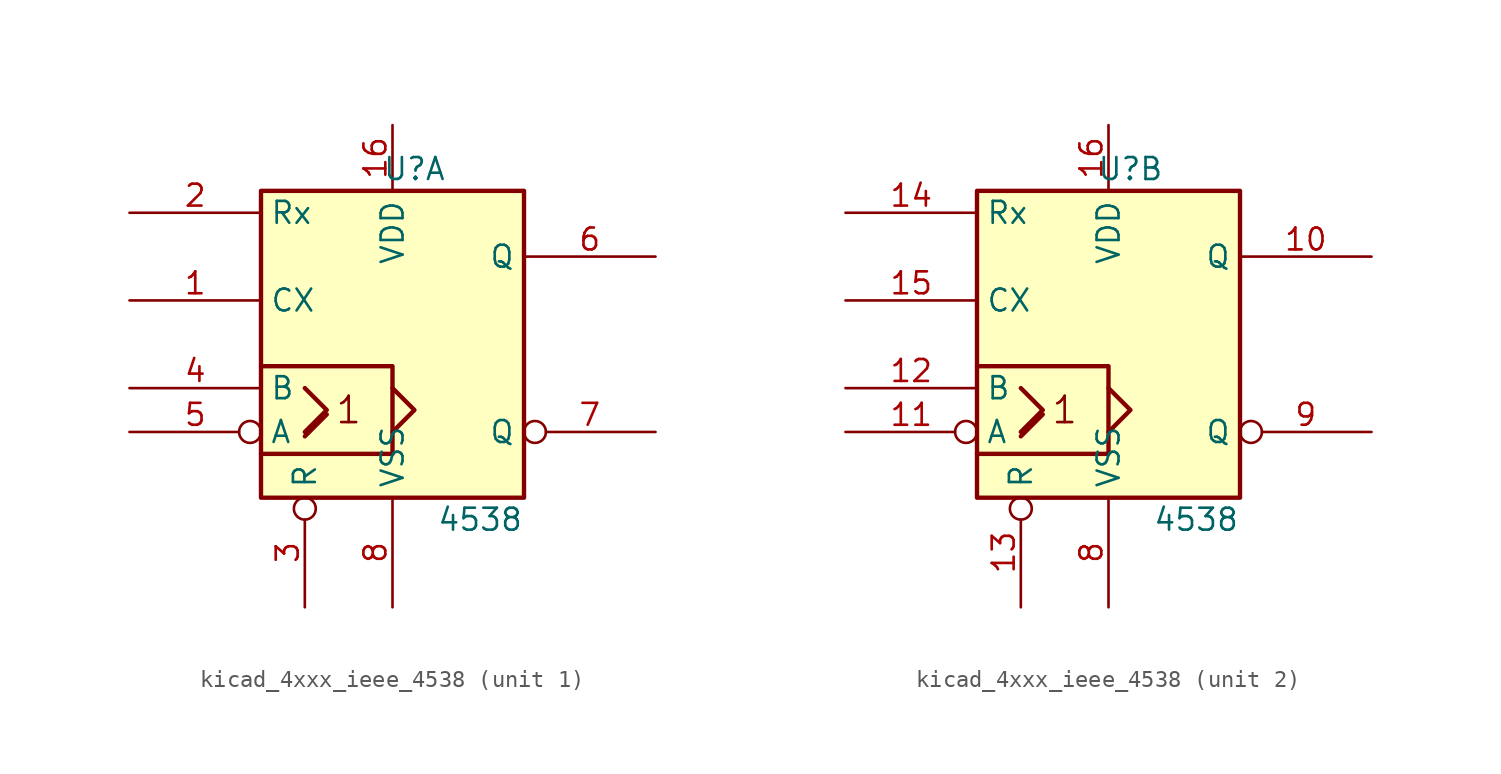
<source format=kicad_sym>
(kicad_symbol_lib
  (version 20220914)
  (generator kicad_symbol_editor)
  (symbol "kicad_4xxx_ieee_4538"
    (property "Reference" "U"
      (at 1.27 10.16 0)
      (effects (font (size 1.27 1.27))))
    (property "Value" "4538"
      (at 5.08 -10.16 0)
      (effects (font (size 1.27 1.27))))
    (symbol "kicad_4xxx_ieee_4538_0_0"
      (polyline (pts (xy -5.08 -5.334) (xy -3.81 -4.064) (xy -3.81 -4.064)) (stroke (width 0.254) (type default)) (fill (type background)))
      (polyline (pts (xy -5.08 -2.54) (xy -3.81 -3.81) (xy -5.08 -5.08) (xy -5.08 -5.08)) (stroke (width 0.254) (type default)) (fill (type background)))
      (polyline (pts (xy 0 -2.54) (xy 1.27 -3.81) (xy 0 -5.08) (xy 0 -5.08)) (stroke (width 0.254) (type default)) (fill (type background)))
      (polyline (pts (xy -7.62 -1.27) (xy 0 -1.27) (xy 0 -6.35) (xy -7.62 -6.35) (xy -7.62 -6.35)) (stroke (width 0.254) (type default)) (fill (type background)))
      (text "1" (at -2.54 -3.81 0) (effects (font (size 1.524 1.524)))))
    (symbol "kicad_4xxx_ieee_4538_0_1"
      (rectangle (start -7.62 8.89) (end 7.62 -8.89) (stroke (width 0.254) (type default)) (fill (type background))))
    (symbol "kicad_4xxx_ieee_4538_1_1"
      (pin input line (at -15.24 2.54 0) (length 7.62) (name "CX" (effects (font (size 1.27 1.27)))) (number "1" (effects (font (size 1.27 1.27)))))
      (pin power_in line (at 0 12.7 270) (length 3.81) (name "VDD" (effects (font (size 1.27 1.27)))) (number "16" (effects (font (size 1.27 1.27)))))
      (pin input line (at -15.24 7.62 0) (length 7.62) (name "Rx" (effects (font (size 1.27 1.27)))) (number "2" (effects (font (size 1.27 1.27)))))
      (pin input inverted (at -5.08 -15.24 90) (length 6.35) (name "R" (effects (font (size 1.27 1.27)))) (number "3" (effects (font (size 1.27 1.27)))))
      (pin input line (at -15.24 -2.54 0) (length 7.62) (name "B" (effects (font (size 1.27 1.27)))) (number "4" (effects (font (size 1.27 1.27)))))
      (pin input inverted (at -15.24 -5.08 0) (length 7.62) (name "A" (effects (font (size 1.27 1.27)))) (number "5" (effects (font (size 1.27 1.27)))))
      (pin output line (at 15.24 5.08 180) (length 7.62) (name "Q" (effects (font (size 1.27 1.27)))) (number "6" (effects (font (size 1.27 1.27)))))
      (pin output inverted (at 15.24 -5.08 180) (length 7.62) (name "Q" (effects (font (size 1.27 1.27)))) (number "7" (effects (font (size 1.27 1.27)))))
      (pin power_in line (at 0 -15.24 90) (length 6.35) (name "VSS" (effects (font (size 1.27 1.27)))) (number "8" (effects (font (size 1.27 1.27))))))
    (symbol "kicad_4xxx_ieee_4538_2_1"
      (pin output line (at 15.24 5.08 180) (length 7.62) (name "Q" (effects (font (size 1.27 1.27)))) (number "10" (effects (font (size 1.27 1.27)))))
      (pin input inverted (at -15.24 -5.08 0) (length 7.62) (name "A" (effects (font (size 1.27 1.27)))) (number "11" (effects (font (size 1.27 1.27)))))
      (pin input line (at -15.24 -2.54 0) (length 7.62) (name "B" (effects (font (size 1.27 1.27)))) (number "12" (effects (font (size 1.27 1.27)))))
      (pin input inverted (at -5.08 -15.24 90) (length 6.35) (name "R" (effects (font (size 1.27 1.27)))) (number "13" (effects (font (size 1.27 1.27)))))
      (pin input line (at -15.24 7.62 0) (length 7.62) (name "Rx" (effects (font (size 1.27 1.27)))) (number "14" (effects (font (size 1.27 1.27)))))
      (pin input line (at -15.24 2.54 0) (length 7.62) (name "CX" (effects (font (size 1.27 1.27)))) (number "15" (effects (font (size 1.27 1.27)))))
      (pin power_in line (at 0 12.7 270) (length 3.81) (name "VDD" (effects (font (size 1.27 1.27)))) (number "16" (effects (font (size 1.27 1.27)))))
      (pin power_in line (at 0 -15.24 90) (length 6.35) (name "VSS" (effects (font (size 1.27 1.27)))) (number "8" (effects (font (size 1.27 1.27)))))
      (pin output inverted (at 15.24 -5.08 180) (length 7.62) (name "Q" (effects (font (size 1.27 1.27)))) (number "9" (effects (font (size 1.27 1.27))))))))
</source>
